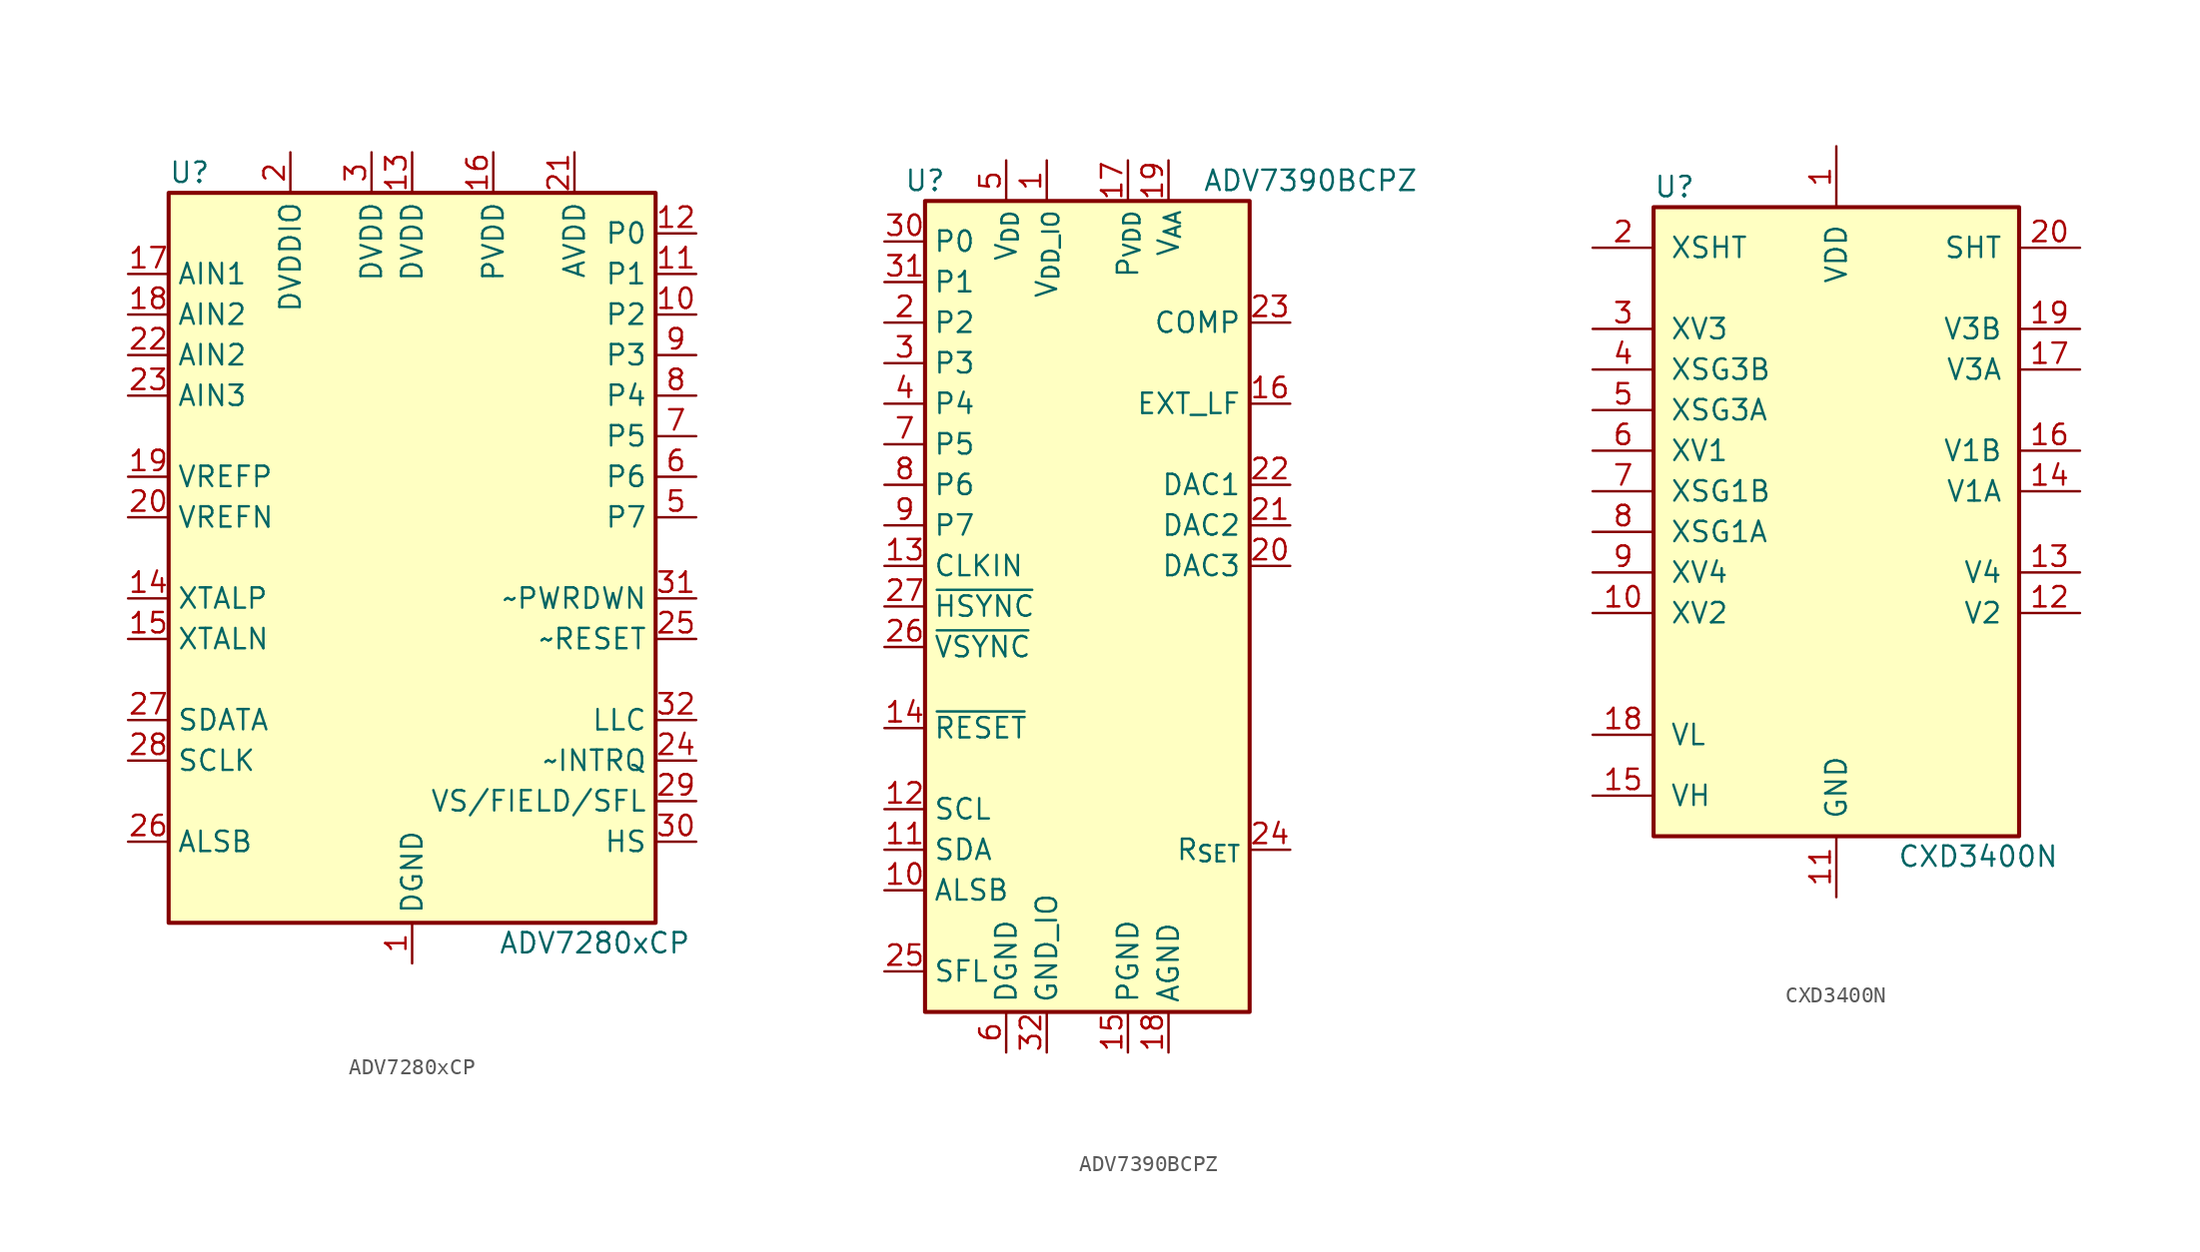
<source format=kicad_sym>
(kicad_symbol_lib
  (version 20220914)
  (generator kicad_symbol_editor)
  (symbol "ADV7280xCP"
    (property "Reference" "U"
      (at -15.24 24.13 0)
      (effects (font (size 1.27 1.27)) (justify left)))
    (property "Value" "ADV7280xCP"
      (at 11.43 -24.13 0)
      (effects (font (size 1.27 1.27))))
    (symbol "ADV7280xCP_0_1"
      (rectangle (start -15.24 22.86) (end 15.24 -22.86) (stroke (width 0.254) (type default)) (fill (type background))))
    (symbol "ADV7280xCP_1_1"
      (pin power_in line (at 0 -25.4 90) (length 2.54) (name "DGND" (effects (font (size 1.27 1.27)))) (number "1" (effects (font (size 1.27 1.27)))))
      (pin output line (at 17.78 15.24 180) (length 2.54) (name "P2" (effects (font (size 1.27 1.27)))) (number "10" (effects (font (size 1.27 1.27)))))
      (pin output line (at 17.78 17.78 180) (length 2.54) (name "P1" (effects (font (size 1.27 1.27)))) (number "11" (effects (font (size 1.27 1.27)))))
      (pin output line (at 17.78 20.32 180) (length 2.54) (name "P0" (effects (font (size 1.27 1.27)))) (number "12" (effects (font (size 1.27 1.27)))))
      (pin power_in line (at 0 25.4 270) (length 2.54) (name "DVDD" (effects (font (size 1.27 1.27)))) (number "13" (effects (font (size 1.27 1.27)))))
      (pin output line (at -17.78 -2.54 0) (length 2.54) (name "XTALP" (effects (font (size 1.27 1.27)))) (number "14" (effects (font (size 1.27 1.27)))))
      (pin input line (at -17.78 -5.08 0) (length 2.54) (name "XTALN" (effects (font (size 1.27 1.27)))) (number "15" (effects (font (size 1.27 1.27)))))
      (pin power_in line (at 5.08 25.4 270) (length 2.54) (name "PVDD" (effects (font (size 1.27 1.27)))) (number "16" (effects (font (size 1.27 1.27)))))
      (pin input line (at -17.78 17.78 0) (length 2.54) (name "AIN1" (effects (font (size 1.27 1.27)))) (number "17" (effects (font (size 1.27 1.27)))))
      (pin input line (at -17.78 15.24 0) (length 2.54) (name "AIN2" (effects (font (size 1.27 1.27)))) (number "18" (effects (font (size 1.27 1.27)))))
      (pin output line (at -17.78 5.08 0) (length 2.54) (name "VREFP" (effects (font (size 1.27 1.27)))) (number "19" (effects (font (size 1.27 1.27)))))
      (pin power_in line (at -7.62 25.4 270) (length 2.54) (name "DVDDIO" (effects (font (size 1.27 1.27)))) (number "2" (effects (font (size 1.27 1.27)))))
      (pin output line (at -17.78 2.54 0) (length 2.54) (name "VREFN" (effects (font (size 1.27 1.27)))) (number "20" (effects (font (size 1.27 1.27)))))
      (pin power_in line (at 10.16 25.4 270) (length 2.54) (name "AVDD" (effects (font (size 1.27 1.27)))) (number "21" (effects (font (size 1.27 1.27)))))
      (pin input line (at -17.78 12.7 0) (length 2.54) (name "AIN2" (effects (font (size 1.27 1.27)))) (number "22" (effects (font (size 1.27 1.27)))))
      (pin input line (at -17.78 10.16 0) (length 2.54) (name "AIN3" (effects (font (size 1.27 1.27)))) (number "23" (effects (font (size 1.27 1.27)))))
      (pin output line (at 17.78 -12.7 180) (length 2.54) (name "~INTRQ" (effects (font (size 1.27 1.27)))) (number "24" (effects (font (size 1.27 1.27)))))
      (pin input line (at 17.78 -5.08 180) (length 2.54) (name "~RESET" (effects (font (size 1.27 1.27)))) (number "25" (effects (font (size 1.27 1.27)))))
      (pin input line (at -17.78 -17.78 0) (length 2.54) (name "ALSB" (effects (font (size 1.27 1.27)))) (number "26" (effects (font (size 1.27 1.27)))))
      (pin bidirectional line (at -17.78 -10.16 0) (length 2.54) (name "SDATA" (effects (font (size 1.27 1.27)))) (number "27" (effects (font (size 1.27 1.27)))))
      (pin input line (at -17.78 -12.7 0) (length 2.54) (name "SCLK" (effects (font (size 1.27 1.27)))) (number "28" (effects (font (size 1.27 1.27)))))
      (pin output line (at 17.78 -15.24 180) (length 2.54) (name "VS/FIELD/SFL" (effects (font (size 1.27 1.27)))) (number "29" (effects (font (size 1.27 1.27)))))
      (pin power_in line (at -2.54 25.4 270) (length 2.54) (name "DVDD" (effects (font (size 1.27 1.27)))) (number "3" (effects (font (size 1.27 1.27)))))
      (pin output line (at 17.78 -17.78 180) (length 2.54) (name "HS" (effects (font (size 1.27 1.27)))) (number "30" (effects (font (size 1.27 1.27)))))
      (pin input line (at 17.78 -2.54 180) (length 2.54) (name "~PWRDWN" (effects (font (size 1.27 1.27)))) (number "31" (effects (font (size 1.27 1.27)))))
      (pin output line (at 17.78 -10.16 180) (length 2.54) (name "LLC" (effects (font (size 1.27 1.27)))) (number "32" (effects (font (size 1.27 1.27)))))
      (pin passive line (at 0 -25.4 90) (length 2.54) hide (name "DGND" (effects (font (size 1.27 1.27)))) (number "33" (effects (font (size 1.27 1.27)))))
      (pin passive line (at 0 -25.4 90) (length 2.54) hide (name "DGND" (effects (font (size 1.27 1.27)))) (number "4" (effects (font (size 1.27 1.27)))))
      (pin output line (at 17.78 2.54 180) (length 2.54) (name "P7" (effects (font (size 1.27 1.27)))) (number "5" (effects (font (size 1.27 1.27)))))
      (pin output line (at 17.78 5.08 180) (length 2.54) (name "P6" (effects (font (size 1.27 1.27)))) (number "6" (effects (font (size 1.27 1.27)))))
      (pin output line (at 17.78 7.62 180) (length 2.54) (name "P5" (effects (font (size 1.27 1.27)))) (number "7" (effects (font (size 1.27 1.27)))))
      (pin output line (at 17.78 10.16 180) (length 2.54) (name "P4" (effects (font (size 1.27 1.27)))) (number "8" (effects (font (size 1.27 1.27)))))
      (pin output line (at 17.78 12.7 180) (length 2.54) (name "P3" (effects (font (size 1.27 1.27)))) (number "9" (effects (font (size 1.27 1.27)))))))
  (symbol "ADV7390BCPZ"
    (property "Reference" "U"
      (at -10.16 26.67 0)
      (effects (font (size 1.27 1.27))))
    (property "Value" "ADV7390BCPZ"
      (at 13.97 26.67 0)
      (effects (font (size 1.27 1.27))))
    (symbol "ADV7390BCPZ_0_1"
      (rectangle (start -10.16 25.4) (end 10.16 -25.4) (stroke (width 0.254) (type default)) (fill (type background))))
    (symbol "ADV7390BCPZ_1_1"
      (pin power_in line (at -2.54 27.94 270) (length 2.54) (name "V_{DD_IO}" (effects (font (size 1.27 1.27)))) (number "1" (effects (font (size 1.27 1.27)))))
      (pin input line (at -12.7 -17.78 0) (length 2.54) (name "ALSB" (effects (font (size 1.27 1.27)))) (number "10" (effects (font (size 1.27 1.27)))))
      (pin bidirectional line (at -12.7 -15.24 0) (length 2.54) (name "SDA" (effects (font (size 1.27 1.27)))) (number "11" (effects (font (size 1.27 1.27)))))
      (pin input line (at -12.7 -12.7 0) (length 2.54) (name "SCL" (effects (font (size 1.27 1.27)))) (number "12" (effects (font (size 1.27 1.27)))))
      (pin input line (at -12.7 2.54 0) (length 2.54) (name "CLKIN" (effects (font (size 1.27 1.27)))) (number "13" (effects (font (size 1.27 1.27)))))
      (pin input line (at -12.7 -7.62 0) (length 2.54) (name "~{RESET}" (effects (font (size 1.27 1.27)))) (number "14" (effects (font (size 1.27 1.27)))))
      (pin power_in line (at 2.54 -27.94 90) (length 2.54) (name "PGND" (effects (font (size 1.27 1.27)))) (number "15" (effects (font (size 1.27 1.27)))))
      (pin passive line (at 12.7 12.7 180) (length 2.54) (name "EXT_LF" (effects (font (size 1.27 1.27)))) (number "16" (effects (font (size 1.27 1.27)))))
      (pin power_in line (at 2.54 27.94 270) (length 2.54) (name "P_{VDD}" (effects (font (size 1.27 1.27)))) (number "17" (effects (font (size 1.27 1.27)))))
      (pin power_in line (at 5.08 -27.94 90) (length 2.54) (name "AGND" (effects (font (size 1.27 1.27)))) (number "18" (effects (font (size 1.27 1.27)))))
      (pin power_in line (at 5.08 27.94 270) (length 2.54) (name "V_{AA}" (effects (font (size 1.27 1.27)))) (number "19" (effects (font (size 1.27 1.27)))))
      (pin input line (at -12.7 17.78 0) (length 2.54) (name "P2" (effects (font (size 1.27 1.27)))) (number "2" (effects (font (size 1.27 1.27)))))
      (pin output line (at 12.7 2.54 180) (length 2.54) (name "DAC3" (effects (font (size 1.27 1.27)))) (number "20" (effects (font (size 1.27 1.27)))))
      (pin output line (at 12.7 5.08 180) (length 2.54) (name "DAC2" (effects (font (size 1.27 1.27)))) (number "21" (effects (font (size 1.27 1.27)))))
      (pin output line (at 12.7 7.62 180) (length 2.54) (name "DAC1" (effects (font (size 1.27 1.27)))) (number "22" (effects (font (size 1.27 1.27)))))
      (pin output line (at 12.7 17.78 180) (length 2.54) (name "COMP" (effects (font (size 1.27 1.27)))) (number "23" (effects (font (size 1.27 1.27)))))
      (pin input line (at 12.7 -15.24 180) (length 2.54) (name "R_{SET}" (effects (font (size 1.27 1.27)))) (number "24" (effects (font (size 1.27 1.27)))))
      (pin input line (at -12.7 -22.86 0) (length 2.54) (name "SFL" (effects (font (size 1.27 1.27)))) (number "25" (effects (font (size 1.27 1.27)))))
      (pin bidirectional line (at -12.7 -2.54 0) (length 2.54) (name "~{VSYNC}" (effects (font (size 1.27 1.27)))) (number "26" (effects (font (size 1.27 1.27)))))
      (pin bidirectional line (at -12.7 0 0) (length 2.54) (name "~{HSYNC}" (effects (font (size 1.27 1.27)))) (number "27" (effects (font (size 1.27 1.27)))))
      (pin passive line (at -5.08 27.94 270) (length 2.54) hide (name "V_{DD}" (effects (font (size 1.27 1.27)))) (number "28" (effects (font (size 1.27 1.27)))))
      (pin passive line (at -5.08 -27.94 90) (length 2.54) hide (name "DGND" (effects (font (size 1.27 1.27)))) (number "29" (effects (font (size 1.27 1.27)))))
      (pin input line (at -12.7 15.24 0) (length 2.54) (name "P3" (effects (font (size 1.27 1.27)))) (number "3" (effects (font (size 1.27 1.27)))))
      (pin input line (at -12.7 22.86 0) (length 2.54) (name "P0" (effects (font (size 1.27 1.27)))) (number "30" (effects (font (size 1.27 1.27)))))
      (pin input line (at -12.7 20.32 0) (length 2.54) (name "P1" (effects (font (size 1.27 1.27)))) (number "31" (effects (font (size 1.27 1.27)))))
      (pin power_in line (at -2.54 -27.94 90) (length 2.54) (name "GND_IO" (effects (font (size 1.27 1.27)))) (number "32" (effects (font (size 1.27 1.27)))))
      (pin passive line (at 5.08 -27.94 90) (length 2.54) hide (name "AGND" (effects (font (size 1.27 1.27)))) (number "33" (effects (font (size 1.27 1.27)))))
      (pin input line (at -12.7 12.7 0) (length 2.54) (name "P4" (effects (font (size 1.27 1.27)))) (number "4" (effects (font (size 1.27 1.27)))))
      (pin power_in line (at -5.08 27.94 270) (length 2.54) (name "V_{DD}" (effects (font (size 1.27 1.27)))) (number "5" (effects (font (size 1.27 1.27)))))
      (pin power_in line (at -5.08 -27.94 90) (length 2.54) (name "DGND" (effects (font (size 1.27 1.27)))) (number "6" (effects (font (size 1.27 1.27)))))
      (pin input line (at -12.7 10.16 0) (length 2.54) (name "P5" (effects (font (size 1.27 1.27)))) (number "7" (effects (font (size 1.27 1.27)))))
      (pin input line (at -12.7 7.62 0) (length 2.54) (name "P6" (effects (font (size 1.27 1.27)))) (number "8" (effects (font (size 1.27 1.27)))))
      (pin input line (at -12.7 5.08 0) (length 2.54) (name "P7" (effects (font (size 1.27 1.27)))) (number "9" (effects (font (size 1.27 1.27)))))))
  (symbol "CXD3400N"
    (pin_names
      (offset 1.016))
    (property "Reference" "U"
      (at -11.43 21.59 0)
      (effects (font (size 1.27 1.27)) (justify left)))
    (property "Value" "CXD3400N"
      (at 3.81 -20.32 0)
      (effects (font (size 1.27 1.27)) (justify left)))
    (symbol "CXD3400N_0_1"
      (rectangle (start 11.43 -19.05) (end -11.43 20.32) (stroke (width 0.254) (type default)) (fill (type background))))
    (symbol "CXD3400N_1_1"
      (pin power_in line (at 0 24.13 270) (length 3.81) (name "VDD" (effects (font (size 1.27 1.27)))) (number "1" (effects (font (size 1.27 1.27)))))
      (pin input line (at -15.24 -5.08 0) (length 3.81) (name "XV2" (effects (font (size 1.27 1.27)))) (number "10" (effects (font (size 1.27 1.27)))))
      (pin power_in line (at 0 -22.86 90) (length 3.81) (name "GND" (effects (font (size 1.27 1.27)))) (number "11" (effects (font (size 1.27 1.27)))))
      (pin output line (at 15.24 -5.08 180) (length 3.81) (name "V2" (effects (font (size 1.27 1.27)))) (number "12" (effects (font (size 1.27 1.27)))))
      (pin output line (at 15.24 -2.54 180) (length 3.81) (name "V4" (effects (font (size 1.27 1.27)))) (number "13" (effects (font (size 1.27 1.27)))))
      (pin output line (at 15.24 2.54 180) (length 3.81) (name "V1A" (effects (font (size 1.27 1.27)))) (number "14" (effects (font (size 1.27 1.27)))))
      (pin power_in line (at -15.24 -16.51 0) (length 3.81) (name "VH" (effects (font (size 1.27 1.27)))) (number "15" (effects (font (size 1.27 1.27)))))
      (pin output line (at 15.24 5.08 180) (length 3.81) (name "V1B" (effects (font (size 1.27 1.27)))) (number "16" (effects (font (size 1.27 1.27)))))
      (pin output line (at 15.24 10.16 180) (length 3.81) (name "V3A" (effects (font (size 1.27 1.27)))) (number "17" (effects (font (size 1.27 1.27)))))
      (pin power_in line (at -15.24 -12.7 0) (length 3.81) (name "VL" (effects (font (size 1.27 1.27)))) (number "18" (effects (font (size 1.27 1.27)))))
      (pin output line (at 15.24 12.7 180) (length 3.81) (name "V3B" (effects (font (size 1.27 1.27)))) (number "19" (effects (font (size 1.27 1.27)))))
      (pin input line (at -15.24 17.78 0) (length 3.81) (name "XSHT" (effects (font (size 1.27 1.27)))) (number "2" (effects (font (size 1.27 1.27)))))
      (pin output line (at 15.24 17.78 180) (length 3.81) (name "SHT" (effects (font (size 1.27 1.27)))) (number "20" (effects (font (size 1.27 1.27)))))
      (pin input line (at -15.24 12.7 0) (length 3.81) (name "XV3" (effects (font (size 1.27 1.27)))) (number "3" (effects (font (size 1.27 1.27)))))
      (pin input line (at -15.24 10.16 0) (length 3.81) (name "XSG3B" (effects (font (size 1.27 1.27)))) (number "4" (effects (font (size 1.27 1.27)))))
      (pin input line (at -15.24 7.62 0) (length 3.81) (name "XSG3A" (effects (font (size 1.27 1.27)))) (number "5" (effects (font (size 1.27 1.27)))))
      (pin input line (at -15.24 5.08 0) (length 3.81) (name "XV1" (effects (font (size 1.27 1.27)))) (number "6" (effects (font (size 1.27 1.27)))))
      (pin input line (at -15.24 2.54 0) (length 3.81) (name "XSG1B" (effects (font (size 1.27 1.27)))) (number "7" (effects (font (size 1.27 1.27)))))
      (pin input line (at -15.24 0 0) (length 3.81) (name "XSG1A" (effects (font (size 1.27 1.27)))) (number "8" (effects (font (size 1.27 1.27)))))
      (pin input line (at -15.24 -2.54 0) (length 3.81) (name "XV4" (effects (font (size 1.27 1.27)))) (number "9" (effects (font (size 1.27 1.27))))))))
</source>
